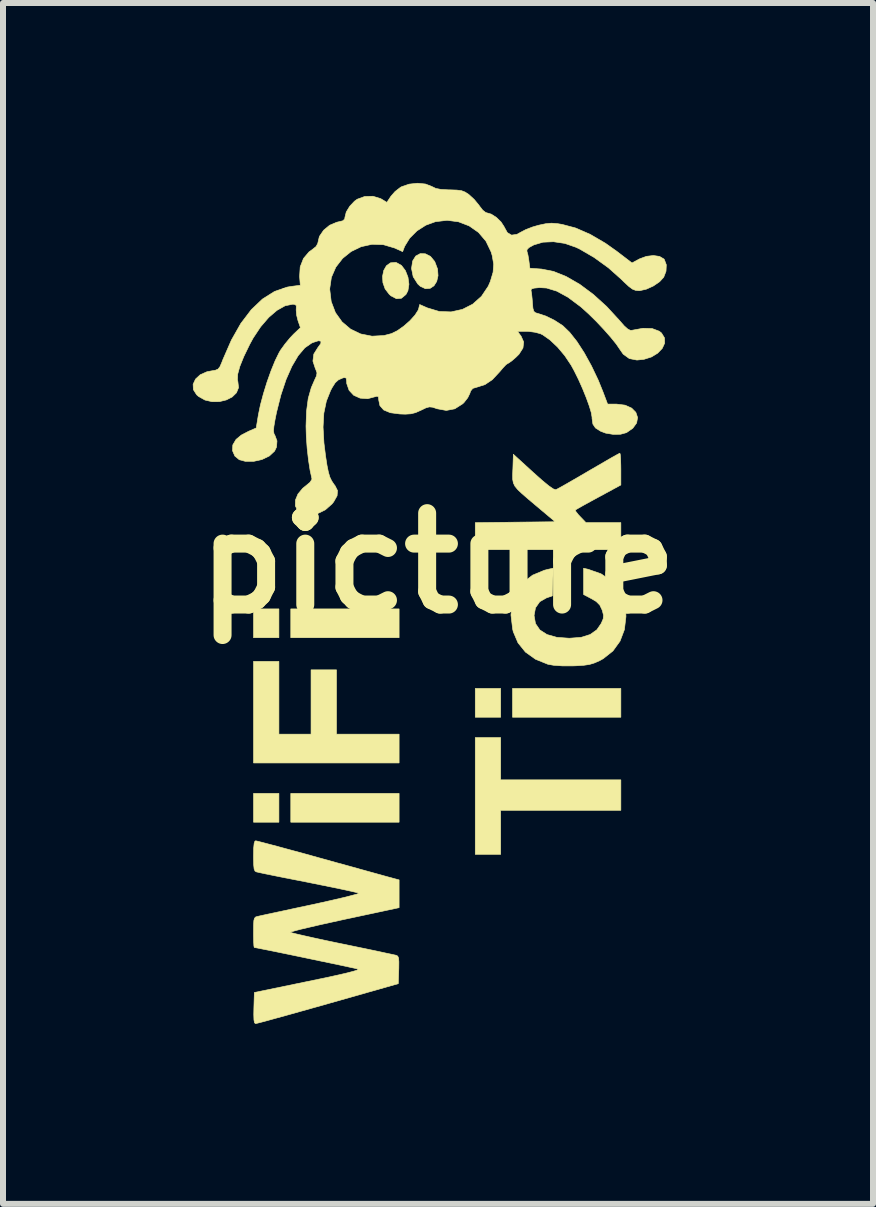
<source format=kicad_pcb>
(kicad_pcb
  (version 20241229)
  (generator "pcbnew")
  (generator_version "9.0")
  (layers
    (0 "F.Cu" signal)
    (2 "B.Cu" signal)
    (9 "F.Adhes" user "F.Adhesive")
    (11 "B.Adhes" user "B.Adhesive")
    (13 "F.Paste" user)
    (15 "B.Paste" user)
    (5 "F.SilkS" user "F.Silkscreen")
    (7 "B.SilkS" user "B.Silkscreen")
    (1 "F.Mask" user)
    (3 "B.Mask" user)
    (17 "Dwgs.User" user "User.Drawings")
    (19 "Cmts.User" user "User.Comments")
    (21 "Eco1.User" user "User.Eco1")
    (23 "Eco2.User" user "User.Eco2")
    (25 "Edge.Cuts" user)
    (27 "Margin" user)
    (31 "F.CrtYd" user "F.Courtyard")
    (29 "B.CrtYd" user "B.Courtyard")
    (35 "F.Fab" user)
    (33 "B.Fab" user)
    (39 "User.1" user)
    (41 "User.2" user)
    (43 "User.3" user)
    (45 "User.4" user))
  (footprint "picture"
    (layer "F.Cu")
    (at 4.253 6.34)
    (property "Reference" "picture" (at 0 0 0) (layer "F.SilkS") (effects (font (size 1.524 1.524) (thickness 0.3))))
    (attr through_hole)
    (fp_poly (pts (xy -2.653 1.242) (xy -3.076 1.242) (xy -3.076 0.762) (xy -2.653 0.762) (xy -2.653 1.242)) (stroke (width 0.01) (type solid)) (fill yes) (layer "F.SilkS"))
    (fp_poly (pts (xy -2.653 4.318) (xy -3.076 4.318) (xy -3.076 3.838) (xy -2.653 3.838) (xy -2.653 4.318)) (stroke (width 0.01) (type solid)) (fill yes) (layer "F.SilkS"))
    (fp_poly (pts (xy -0.649 1.242) (xy -2.455 1.242) (xy -2.455 0.762) (xy -0.649 0.762) (xy -0.649 1.242)) (stroke (width 0.01) (type solid)) (fill yes) (layer "F.SilkS"))
    (fp_poly (pts (xy -0.649 4.318) (xy -2.455 4.318) (xy -2.455 3.838) (xy -0.649 3.838) (xy -0.649 4.318)) (stroke (width 0.01) (type solid)) (fill yes) (layer "F.SilkS"))
    (fp_poly (pts (xy 1.044 2.568) (xy 0.621 2.568) (xy 0.621 2.088) (xy 1.044 2.088) (xy 1.044 2.568)) (stroke (width 0.01) (type solid)) (fill yes) (layer "F.SilkS"))
    (fp_poly (pts (xy 3.048 2.568) (xy 1.242 2.568) (xy 1.242 2.088) (xy 3.048 2.088) (xy 3.048 2.568)) (stroke (width 0.01) (type solid)) (fill yes) (layer "F.SilkS"))
    (fp_poly (pts (xy 1.044 3.612) (xy 3.048 3.612) (xy 3.048 4.12) (xy 1.044 4.12) (xy 1.044 4.854) (xy 0.621 4.854) (xy 0.621 2.907) (xy 1.044 2.907) (xy 1.044 3.612)) (stroke (width 0.01) (type solid)) (fill yes) (layer "F.SilkS"))
    (fp_poly (pts (xy -2.653 2.85) (xy -2.117 2.85) (xy -2.117 1.778) (xy -1.693 1.778) (xy -1.693 2.85) (xy -0.649 2.85) (xy -0.649 3.33) (xy -3.076 3.33) (xy -3.076 1.637) (xy -2.653 1.637) (xy -2.653 2.85)) (stroke (width 0.01) (type solid)) (fill yes) (layer "F.SilkS"))
    (fp_poly (pts (xy -0.212 -5.159) (xy -0.127 -5.116) (xy -0.057 -5.032) (xy -0.053 -5.024) (xy -0.008 -4.905) (xy 0.000084 -4.794) (xy -0.022 -4.698) (xy -0.068 -4.625) (xy -0.133 -4.582) (xy -0.211 -4.577) (xy -0.296 -4.617) (xy -0.338 -4.656) (xy -0.414 -4.776) (xy -0.442 -4.914) (xy -0.423 -5.039) (xy -0.372 -5.121) (xy -0.298 -5.161) (xy -0.212 -5.159)) (stroke (width 0.01) (type solid)) (fill yes) (layer "F.SilkS"))
    (fp_poly (pts (xy -0.694 -5.012) (xy -0.61 -4.965) (xy -0.544 -4.878) (xy -0.501 -4.768) (xy -0.485 -4.651) (xy -0.502 -4.543) (xy -0.535 -4.48) (xy -0.611 -4.417) (xy -0.693 -4.41) (xy -0.785 -4.458) (xy -0.813 -4.483) (xy -0.882 -4.573) (xy -0.919 -4.677) (xy -0.925 -4.783) (xy -0.905 -4.881) (xy -0.86 -4.96) (xy -0.793 -5.008) (xy -0.707 -5.015) (xy -0.694 -5.012)) (stroke (width 0.01) (type solid)) (fill yes) (layer "F.SilkS"))
    (fp_poly (pts (xy 3.039 -1.808) (xy 3.044 -1.738) (xy 3.047 -1.636) (xy 3.048 -1.569) (xy 3.048 -1.304) (xy 2.674 -1.101) (xy 2.543 -1.03) (xy 2.43 -0.968) (xy 2.345 -0.92) (xy 2.296 -0.891) (xy 2.288 -0.886) (xy 2.299 -0.861) (xy 2.339 -0.81) (xy 2.371 -0.776) (xy 2.466 -0.677) (xy 3.048 -0.677) (xy 3.048 -0.226) (xy 0.621 -0.226) (xy 0.621 -0.676) (xy 1.288 -0.684) (xy 1.954 -0.691) (xy 1.647 -0.949) (xy 1.506 -1.068) (xy 1.402 -1.158) (xy 1.329 -1.227) (xy 1.282 -1.284) (xy 1.256 -1.338) (xy 1.245 -1.396) (xy 1.244 -1.467) (xy 1.247 -1.559) (xy 1.248 -1.568) (xy 1.256 -1.816) (xy 1.589 -1.512) (xy 1.735 -1.382) (xy 1.844 -1.292) (xy 1.919 -1.24) (xy 1.962 -1.225) (xy 1.966 -1.226) (xy 2.003 -1.245) (xy 2.081 -1.288) (xy 2.191 -1.351) (xy 2.326 -1.429) (xy 2.477 -1.517) (xy 2.514 -1.539) (xy 2.666 -1.627) (xy 2.8 -1.705) (xy 2.911 -1.769) (xy 2.99 -1.813) (xy 3.029 -1.833) (xy 3.032 -1.834) (xy 3.039 -1.808)) (stroke (width 0.01) (type solid)) (fill yes) (layer "F.SilkS"))
    (fp_poly (pts (xy 1.913 0.314) (xy 1.905 0.545) (xy 1.808 0.578) (xy 1.696 0.642) (xy 1.625 0.743) (xy 1.601 0.872) (xy 1.625 1.007) (xy 1.698 1.113) (xy 1.816 1.189) (xy 1.98 1.236) (xy 2.188 1.251) (xy 2.19 1.251) (xy 2.385 1.236) (xy 2.536 1.189) (xy 2.648 1.11) (xy 2.721 1.004) (xy 2.754 0.927) (xy 2.759 0.867) (xy 2.74 0.792) (xy 2.735 0.778) (xy 2.697 0.698) (xy 2.637 0.638) (xy 2.561 0.593) (xy 2.427 0.522) (xy 2.427 0.303) (xy 2.427 0.084) (xy 2.505 0.102) (xy 2.716 0.176) (xy 2.886 0.288) (xy 3.013 0.436) (xy 3.095 0.618) (xy 3.131 0.832) (xy 3.133 0.891) (xy 3.107 1.108) (xy 3.034 1.3) (xy 2.916 1.463) (xy 2.755 1.591) (xy 2.692 1.626) (xy 2.607 1.663) (xy 2.525 1.688) (xy 2.429 1.702) (xy 2.301 1.71) (xy 2.248 1.712) (xy 2.075 1.712) (xy 1.929 1.702) (xy 1.832 1.685) (xy 1.625 1.601) (xy 1.457 1.481) (xy 1.333 1.327) (xy 1.254 1.141) (xy 1.244 1.097) (xy 1.216 0.863) (xy 1.238 0.653) (xy 1.307 0.47) (xy 1.421 0.318) (xy 1.577 0.199) (xy 1.774 0.117) (xy 1.843 0.1) (xy 1.921 0.083) (xy 1.913 0.314)) (stroke (width 0.01) (type solid)) (fill yes) (layer "F.SilkS"))
    (fp_poly (pts (xy -3.005 4.636) (xy -2.922 4.657) (xy -2.797 4.69) (xy -2.636 4.733) (xy -2.445 4.785) (xy -2.23 4.843) (xy -1.998 4.908) (xy -1.946 4.922) (xy -1.706 4.989) (xy -1.479 5.051) (xy -1.272 5.109) (xy -1.091 5.159) (xy -0.943 5.2) (xy -0.835 5.23) (xy -0.774 5.246) (xy -0.769 5.248) (xy -0.649 5.28) (xy -0.649 5.743) (xy -1.566 5.939) (xy -1.784 5.987) (xy -1.982 6.031) (xy -2.154 6.071) (xy -2.294 6.104) (xy -2.396 6.131) (xy -2.453 6.148) (xy -2.462 6.154) (xy -2.43 6.164) (xy -2.35 6.184) (xy -2.228 6.212) (xy -2.072 6.247) (xy -1.888 6.287) (xy -1.683 6.33) (xy -1.595 6.348) (xy -1.382 6.392) (xy -1.185 6.433) (xy -1.012 6.469) (xy -0.87 6.5) (xy -0.765 6.522) (xy -0.707 6.535) (xy -0.697 6.537) (xy -0.672 6.551) (xy -0.658 6.583) (xy -0.653 6.645) (xy -0.654 6.748) (xy -0.655 6.781) (xy -0.663 7.01) (xy -1.834 7.343) (xy -2.082 7.413) (xy -2.314 7.478) (xy -2.524 7.537) (xy -2.706 7.587) (xy -2.854 7.628) (xy -2.963 7.657) (xy -3.027 7.673) (xy -3.042 7.676) (xy -3.06 7.662) (xy -3.069 7.614) (xy -3.072 7.524) (xy -3.07 7.417) (xy -3.062 7.157) (xy -2.166 6.972) (xy -1.896 6.916) (xy -1.68 6.869) (xy -1.516 6.831) (xy -1.405 6.802) (xy -1.343 6.781) (xy -1.33 6.768) (xy -1.333 6.767) (xy -1.372 6.757) (xy -1.456 6.739) (xy -1.579 6.712) (xy -1.73 6.68) (xy -1.904 6.644) (xy -2.09 6.605) (xy -2.281 6.565) (xy -2.468 6.526) (xy -2.643 6.49) (xy -2.799 6.458) (xy -2.926 6.433) (xy -3.016 6.415) (xy -3.061 6.407) (xy -3.064 6.406) (xy -3.07 6.38) (xy -3.074 6.31) (xy -3.076 6.209) (xy -3.076 6.156) (xy -3.075 6.036) (xy -3.071 5.96) (xy -3.06 5.919) (xy -3.04 5.898) (xy -3.013 5.89) (xy -2.97 5.88) (xy -2.879 5.86) (xy -2.748 5.832) (xy -2.584 5.797) (xy -2.395 5.756) (xy -2.188 5.712) (xy -2.123 5.698) (xy -1.917 5.653) (xy -1.732 5.611) (xy -1.573 5.574) (xy -1.447 5.542) (xy -1.361 5.519) (xy -1.321 5.505) (xy -1.319 5.502) (xy -1.351 5.492) (xy -1.432 5.473) (xy -1.554 5.446) (xy -1.71 5.413) (xy -1.893 5.376) (xy -2.096 5.335) (xy -2.159 5.322) (xy -2.368 5.281) (xy -2.562 5.243) (xy -2.731 5.209) (xy -2.869 5.181) (xy -2.968 5.16) (xy -3.021 5.148) (xy -3.027 5.147) (xy -3.051 5.133) (xy -3.066 5.099) (xy -3.073 5.034) (xy -3.076 4.929) (xy -3.076 4.881) (xy -3.074 4.753) (xy -3.066 4.673) (xy -3.053 4.635) (xy -3.039 4.628) (xy -3.005 4.636)) (stroke (width 0.01) (type solid)) (fill yes) (layer "F.SilkS"))
    (fp_poly (pts (xy -0.209 -6.322) (xy -0.104 -6.281) (xy -0.102 -6.28) (xy -0.038 -6.249) (xy 0.048 -6.232) (xy 0.173 -6.225) (xy 0.196 -6.225) (xy 0.312 -6.221) (xy 0.391 -6.211) (xy 0.451 -6.188) (xy 0.511 -6.149) (xy 0.518 -6.143) (xy 0.603 -6.065) (xy 0.679 -5.973) (xy 0.693 -5.953) (xy 0.745 -5.886) (xy 0.795 -5.847) (xy 0.812 -5.842) (xy 0.887 -5.82) (xy 0.973 -5.765) (xy 1.05 -5.69) (xy 1.101 -5.612) (xy 1.104 -5.605) (xy 1.156 -5.511) (xy 1.226 -5.47) (xy 1.315 -5.483) (xy 1.377 -5.517) (xy 1.461 -5.561) (xy 1.574 -5.605) (xy 1.677 -5.635) (xy 1.795 -5.66) (xy 1.891 -5.669) (xy 1.994 -5.661) (xy 2.071 -5.648) (xy 2.296 -5.588) (xy 2.538 -5.482) (xy 2.79 -5.335) (xy 2.98 -5.2) (xy 3.234 -5.006) (xy 3.36 -5.074) (xy 3.474 -5.116) (xy 3.59 -5.13) (xy 3.693 -5.115) (xy 3.766 -5.072) (xy 3.773 -5.063) (xy 3.806 -4.975) (xy 3.801 -4.868) (xy 3.763 -4.769) (xy 3.694 -4.693) (xy 3.59 -4.622) (xy 3.473 -4.569) (xy 3.363 -4.544) (xy 3.348 -4.544) (xy 3.294 -4.549) (xy 3.243 -4.569) (xy 3.183 -4.613) (xy 3.103 -4.687) (xy 3.054 -4.735) (xy 2.841 -4.925) (xy 2.602 -5.098) (xy 2.361 -5.238) (xy 2.298 -5.268) (xy 2.114 -5.332) (xy 1.925 -5.36) (xy 1.748 -5.352) (xy 1.597 -5.307) (xy 1.595 -5.306) (xy 1.515 -5.262) (xy 1.482 -5.226) (xy 1.483 -5.197) (xy 1.499 -5.14) (xy 1.513 -5.056) (xy 1.516 -5.034) (xy 1.531 -4.918) (xy 1.727 -4.904) (xy 1.925 -4.865) (xy 2.138 -4.779) (xy 2.362 -4.65) (xy 2.588 -4.482) (xy 2.811 -4.28) (xy 3.02 -4.053) (xy 3.103 -3.958) (xy 3.163 -3.904) (xy 3.207 -3.882) (xy 3.231 -3.883) (xy 3.418 -3.917) (xy 3.571 -3.912) (xy 3.688 -3.868) (xy 3.726 -3.838) (xy 3.776 -3.756) (xy 3.778 -3.668) (xy 3.738 -3.581) (xy 3.662 -3.502) (xy 3.559 -3.439) (xy 3.433 -3.399) (xy 3.316 -3.387) (xy 3.189 -3.412) (xy 3.087 -3.486) (xy 3.032 -3.565) (xy 2.972 -3.653) (xy 2.88 -3.767) (xy 2.766 -3.896) (xy 2.64 -4.03) (xy 2.513 -4.155) (xy 2.394 -4.263) (xy 2.372 -4.281) (xy 2.167 -4.434) (xy 1.98 -4.536) (xy 1.81 -4.588) (xy 1.691 -4.595) (xy 1.601 -4.586) (xy 1.557 -4.572) (xy 1.55 -4.547) (xy 1.551 -4.544) (xy 1.56 -4.493) (xy 1.569 -4.408) (xy 1.574 -4.341) (xy 1.582 -4.25) (xy 1.597 -4.199) (xy 1.626 -4.175) (xy 1.675 -4.161) (xy 1.799 -4.12) (xy 1.939 -4.051) (xy 2.071 -3.966) (xy 2.082 -3.958) (xy 2.194 -3.85) (xy 2.315 -3.697) (xy 2.438 -3.507) (xy 2.558 -3.289) (xy 2.671 -3.052) (xy 2.75 -2.857) (xy 2.827 -2.653) (xy 2.974 -2.653) (xy 3.119 -2.635) (xy 3.228 -2.586) (xy 3.298 -2.515) (xy 3.327 -2.429) (xy 3.311 -2.338) (xy 3.247 -2.25) (xy 3.142 -2.177) (xy 3.044 -2.15) (xy 2.92 -2.148) (xy 2.794 -2.169) (xy 2.712 -2.2) (xy 2.625 -2.255) (xy 2.582 -2.319) (xy 2.568 -2.414) (xy 2.568 -2.432) (xy 2.556 -2.507) (xy 2.522 -2.62) (xy 2.472 -2.758) (xy 2.41 -2.911) (xy 2.342 -3.064) (xy 2.271 -3.207) (xy 2.219 -3.302) (xy 2.114 -3.459) (xy 1.993 -3.603) (xy 1.867 -3.722) (xy 1.748 -3.806) (xy 1.708 -3.826) (xy 1.619 -3.85) (xy 1.51 -3.865) (xy 1.468 -3.866) (xy 1.325 -3.866) (xy 1.385 -3.785) (xy 1.428 -3.688) (xy 1.416 -3.588) (xy 1.349 -3.483) (xy 1.296 -3.431) (xy 1.23 -3.374) (xy 1.179 -3.338) (xy 1.162 -3.33) (xy 1.133 -3.31) (xy 1.082 -3.256) (xy 1.028 -3.192) (xy 0.905 -3.06) (xy 0.783 -2.978) (xy 0.651 -2.936) (xy 0.58 -2.915) (xy 0.543 -2.87) (xy 0.531 -2.832) (xy 0.495 -2.758) (xy 0.433 -2.679) (xy 0.41 -2.657) (xy 0.279 -2.574) (xy 0.138 -2.547) (xy -0.014 -2.575) (xy -0.02 -2.577) (xy -0.092 -2.601) (xy -0.145 -2.606) (xy -0.202 -2.59) (xy -0.285 -2.55) (xy -0.373 -2.511) (xy -0.451 -2.491) (xy -0.545 -2.485) (xy -0.636 -2.488) (xy -0.796 -2.509) (xy -0.906 -2.555) (xy -0.969 -2.627) (xy -0.988 -2.717) (xy -0.994 -2.774) (xy -1.017 -2.785) (xy -1.037 -2.779) (xy -1.173 -2.743) (xy -1.299 -2.752) (xy -1.406 -2.8) (xy -1.483 -2.883) (xy -1.522 -2.995) (xy -1.524 -3.034) (xy -1.531 -3.086) (xy -1.562 -3.095) (xy -1.587 -3.089) (xy -1.659 -3.058) (xy -1.714 -3.009) (xy -1.766 -2.927) (xy -1.791 -2.88) (xy -1.862 -2.702) (xy -1.904 -2.501) (xy -1.917 -2.27) (xy -1.902 -2.003) (xy -1.875 -1.787) (xy -1.851 -1.631) (xy -1.828 -1.518) (xy -1.804 -1.436) (xy -1.773 -1.372) (xy -1.733 -1.312) (xy -1.718 -1.294) (xy -1.676 -1.211) (xy -1.683 -1.124) (xy -1.74 -1.023) (xy -1.767 -0.989) (xy -1.879 -0.89) (xy -2.01 -0.826) (xy -2.144 -0.802) (xy -2.262 -0.821) (xy -2.341 -0.876) (xy -2.379 -0.957) (xy -2.377 -1.053) (xy -2.335 -1.154) (xy -2.256 -1.249) (xy -2.205 -1.29) (xy -2.134 -1.349) (xy -2.103 -1.398) (xy -2.103 -1.411) (xy -2.133 -1.548) (xy -2.16 -1.722) (xy -2.182 -1.916) (xy -2.196 -2.112) (xy -2.201 -2.284) (xy -2.192 -2.536) (xy -2.164 -2.747) (xy -2.113 -2.927) (xy -2.06 -3.049) (xy -2.026 -3.123) (xy -2.018 -3.173) (xy -2.036 -3.225) (xy -2.045 -3.244) (xy -2.086 -3.37) (xy -2.071 -3.487) (xy -2.004 -3.594) (xy -1.954 -3.663) (xy -1.952 -3.702) (xy -1.994 -3.709) (xy -2.078 -3.682) (xy -2.106 -3.671) (xy -2.221 -3.591) (xy -2.332 -3.46) (xy -2.437 -3.282) (xy -2.534 -3.062) (xy -2.62 -2.804) (xy -2.693 -2.514) (xy -2.718 -2.39) (xy -2.737 -2.278) (xy -2.743 -2.206) (xy -2.735 -2.159) (xy -2.719 -2.13) (xy -2.685 -2.039) (xy -2.693 -1.936) (xy -2.725 -1.869) (xy -2.812 -1.788) (xy -2.935 -1.729) (xy -3.074 -1.698) (xy -3.211 -1.698) (xy -3.313 -1.725) (xy -3.387 -1.786) (xy -3.426 -1.875) (xy -3.422 -1.969) (xy -3.419 -1.977) (xy -3.368 -2.063) (xy -3.28 -2.136) (xy -3.159 -2.199) (xy -3.031 -2.255) (xy -2.995 -2.475) (xy -2.961 -2.639) (xy -2.911 -2.826) (xy -2.851 -3.02) (xy -2.784 -3.208) (xy -2.716 -3.375) (xy -2.651 -3.508) (xy -2.626 -3.551) (xy -2.551 -3.655) (xy -2.465 -3.759) (xy -2.408 -3.819) (xy -2.294 -3.927) (xy -2.335 -4.045) (xy -2.358 -4.137) (xy -2.365 -4.222) (xy -2.364 -4.24) (xy -2.363 -4.296) (xy -2.392 -4.316) (xy -2.423 -4.318) (xy -2.55 -4.292) (xy -2.685 -4.216) (xy -2.823 -4.098) (xy -2.958 -3.941) (xy -3.083 -3.753) (xy -3.139 -3.65) (xy -3.239 -3.444) (xy -3.305 -3.28) (xy -3.34 -3.153) (xy -3.344 -3.058) (xy -3.337 -3.026) (xy -3.326 -2.927) (xy -3.361 -2.841) (xy -3.433 -2.771) (xy -3.53 -2.722) (xy -3.645 -2.694) (xy -3.767 -2.693) (xy -3.885 -2.72) (xy -3.992 -2.78) (xy -4.025 -2.809) (xy -4.079 -2.894) (xy -4.083 -2.984) (xy -4.043 -3.07) (xy -3.965 -3.142) (xy -3.853 -3.192) (xy -3.785 -3.205) (xy -3.713 -3.217) (xy -3.668 -3.236) (xy -3.636 -3.276) (xy -3.604 -3.35) (xy -3.586 -3.397) (xy -3.445 -3.72) (xy -3.288 -3.997) (xy -3.114 -4.226) (xy -2.927 -4.404) (xy -2.727 -4.53) (xy -2.612 -4.57) (xy -1.806 -4.57) (xy -1.781 -4.362) (xy -1.711 -4.178) (xy -1.6 -4.023) (xy -1.458 -3.903) (xy -1.289 -3.822) (xy -1.1 -3.785) (xy -0.9 -3.796) (xy -0.774 -3.829) (xy -0.677 -3.877) (xy -0.57 -3.953) (xy -0.468 -4.043) (xy -0.384 -4.136) (xy -0.331 -4.219) (xy -0.323 -4.242) (xy -0.306 -4.313) (xy -0.179 -4.257) (xy 0.02 -4.197) (xy 0.218 -4.19) (xy 0.407 -4.232) (xy 0.578 -4.319) (xy 0.724 -4.449) (xy 0.837 -4.617) (xy 0.872 -4.697) (xy 0.918 -4.851) (xy 0.928 -4.986) (xy 0.903 -5.13) (xy 0.885 -5.19) (xy 0.799 -5.369) (xy 0.675 -5.515) (xy 0.519 -5.624) (xy 0.342 -5.692) (xy 0.152 -5.717) (xy -0.043 -5.694) (xy -0.203 -5.636) (xy -0.351 -5.541) (xy -0.473 -5.419) (xy -0.556 -5.284) (xy -0.562 -5.269) (xy -0.59 -5.195) (xy -0.726 -5.256) (xy -0.913 -5.311) (xy -1.101 -5.317) (xy -1.282 -5.277) (xy -1.448 -5.197) (xy -1.591 -5.082) (xy -1.704 -4.936) (xy -1.778 -4.766) (xy -1.806 -4.575) (xy -1.806 -4.57) (xy -2.612 -4.57) (xy -2.517 -4.603) (xy -2.446 -4.615) (xy -2.296 -4.634) (xy -2.308 -4.781) (xy -2.298 -4.94) (xy -2.243 -5.081) (xy -2.15 -5.191) (xy -2.101 -5.226) (xy -2.033 -5.28) (xy -2.004 -5.334) (xy -2.004 -5.338) (xy -1.978 -5.448) (xy -1.908 -5.551) (xy -1.808 -5.634) (xy -1.688 -5.685) (xy -1.661 -5.691) (xy -1.587 -5.709) (xy -1.556 -5.739) (xy -1.552 -5.768) (xy -1.53 -5.856) (xy -1.472 -5.951) (xy -1.392 -6.036) (xy -1.348 -6.068) (xy -1.223 -6.114) (xy -1.085 -6.118) (xy -0.958 -6.079) (xy -0.942 -6.07) (xy -0.853 -6.016) (xy -0.786 -6.117) (xy -0.716 -6.197) (xy -0.627 -6.266) (xy -0.607 -6.277) (xy -0.482 -6.32) (xy -0.342 -6.335) (xy -0.209 -6.322)) (stroke (width 0.01) (type solid)) (fill yes) (layer "F.SilkS")))
  (gr_rect
    (start -3 -3)
    (end 11.505 17.021)
    (stroke (width 0.1) (type default))
    (fill no)
    (layer "Edge.Cuts")))
</source>
